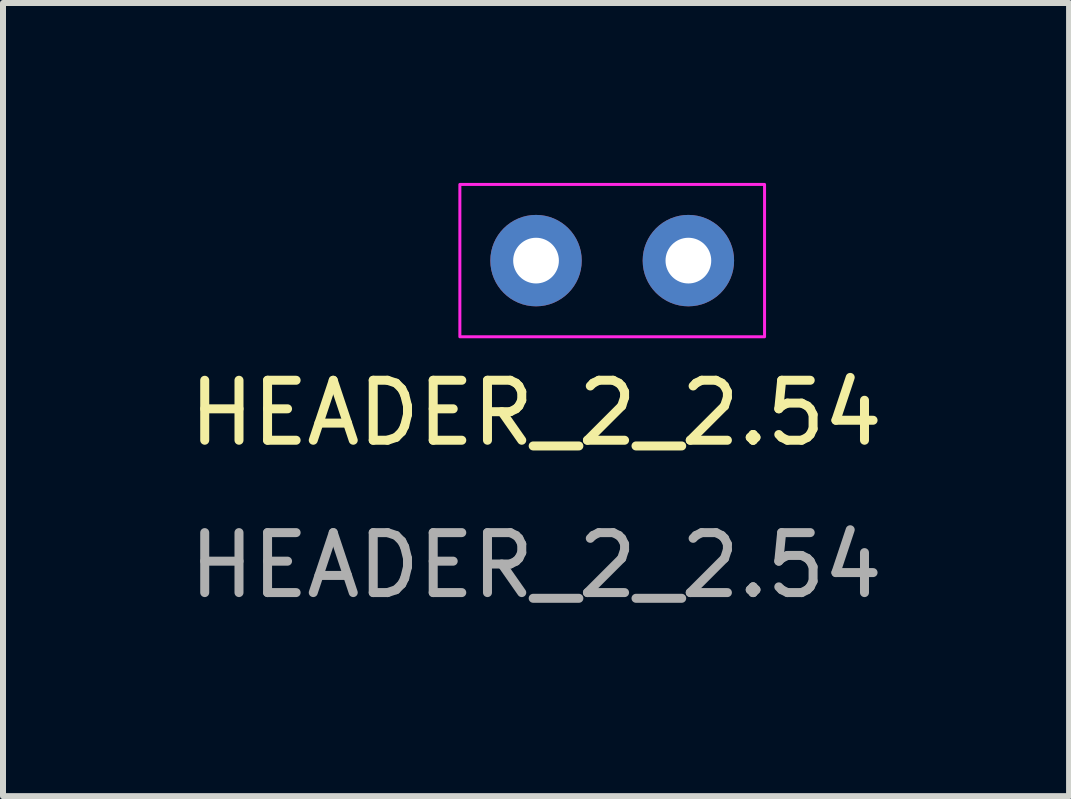
<source format=kicad_pcb>
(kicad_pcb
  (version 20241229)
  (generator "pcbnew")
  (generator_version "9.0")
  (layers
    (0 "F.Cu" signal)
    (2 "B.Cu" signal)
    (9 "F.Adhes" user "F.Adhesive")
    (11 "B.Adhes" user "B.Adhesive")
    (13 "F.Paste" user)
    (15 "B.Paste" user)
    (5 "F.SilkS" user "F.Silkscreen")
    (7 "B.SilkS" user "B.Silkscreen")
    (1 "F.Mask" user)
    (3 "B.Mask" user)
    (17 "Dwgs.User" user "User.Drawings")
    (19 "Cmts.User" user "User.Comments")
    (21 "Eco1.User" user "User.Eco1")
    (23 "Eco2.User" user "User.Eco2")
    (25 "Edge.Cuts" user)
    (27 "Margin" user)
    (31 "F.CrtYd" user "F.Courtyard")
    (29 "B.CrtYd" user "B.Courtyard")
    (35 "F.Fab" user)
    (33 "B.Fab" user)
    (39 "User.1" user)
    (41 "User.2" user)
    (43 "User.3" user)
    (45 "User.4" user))
  (footprint "HEADER_2_2.54"
    (layer "F.Cu")
    (at 5.887 1.295)
    (property "Reference" "HEADER_2_2.54" (at 0 2.54 0) (unlocked yes) (layer "F.SilkS") (effects (font (size 1 1) (thickness 0.15))))
    (attr through_hole)
    (fp_rect (start -1.27 -1.27) (end 3.81 1.27) (stroke (width 0.05) (type solid)) (fill no) (layer "F.CrtYd"))
    (fp_text user "${REFERENCE}" (at 0 5.08 0) (unlocked yes) (layer "F.Fab") (effects (font (size 1 1) (thickness 0.15))))
    (pad "1" thru_hole circle (at 0 0) (size 1.524 1.524) (drill 0.762) (layers "*.Cu" "*.Mask"))
    (pad "2" thru_hole circle (at 2.54 0) (size 1.524 1.524) (drill 0.762) (layers "*.Cu" "*.Mask")))
  (gr_rect
    (start -3 -3)
    (end 14.774 10.223)
    (stroke (width 0.1) (type default))
    (fill no)
    (layer "Edge.Cuts")))
</source>
